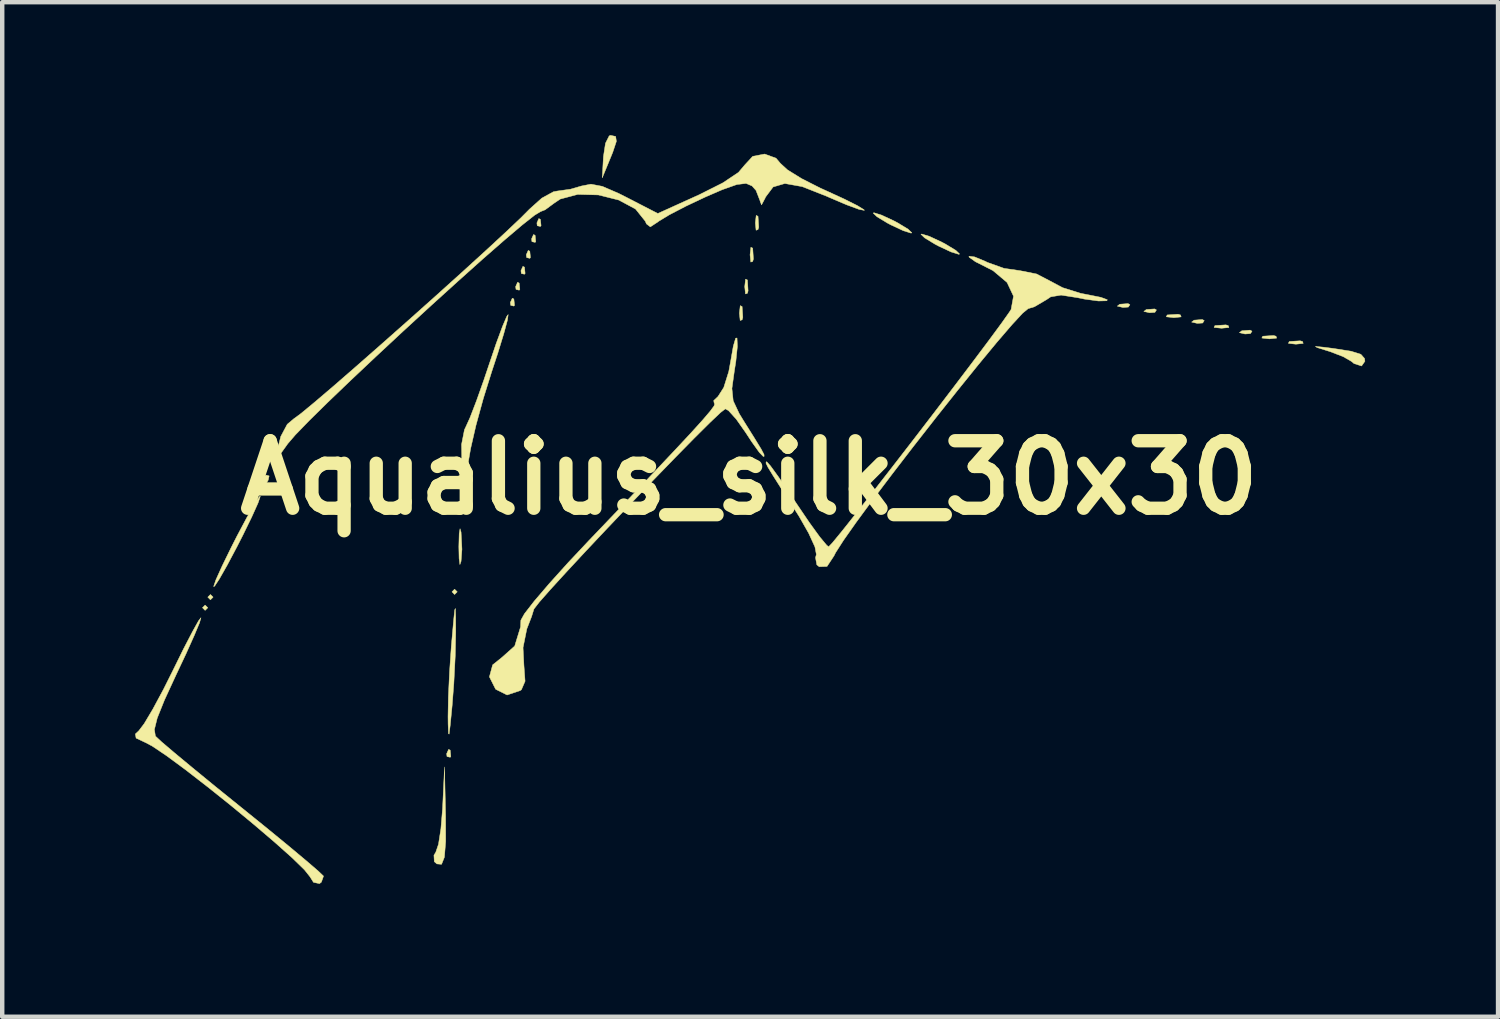
<source format=kicad_pcb>
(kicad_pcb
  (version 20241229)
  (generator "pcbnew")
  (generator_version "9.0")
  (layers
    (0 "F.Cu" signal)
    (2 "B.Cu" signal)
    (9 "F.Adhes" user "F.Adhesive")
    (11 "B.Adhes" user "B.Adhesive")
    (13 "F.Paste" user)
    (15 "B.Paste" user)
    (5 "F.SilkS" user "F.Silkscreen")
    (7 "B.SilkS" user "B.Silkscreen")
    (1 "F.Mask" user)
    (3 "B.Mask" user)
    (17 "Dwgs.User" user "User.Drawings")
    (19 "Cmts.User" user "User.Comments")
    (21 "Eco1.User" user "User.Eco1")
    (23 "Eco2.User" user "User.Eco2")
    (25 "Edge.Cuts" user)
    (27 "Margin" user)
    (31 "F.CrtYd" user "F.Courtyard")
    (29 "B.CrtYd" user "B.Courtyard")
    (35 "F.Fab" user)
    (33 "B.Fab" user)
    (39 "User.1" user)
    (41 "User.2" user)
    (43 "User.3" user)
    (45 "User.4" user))
  (footprint "Aqualius_silk_30x30"
    (layer "F.Cu")
    (at 13.861 7.733)
    (property "Reference" "Aqualius_silk_30x30" (at 0 0 0) (layer "F.SilkS") (effects (font (size 1.524 1.524) (thickness 0.3))))
    (attr through_hole)
    (fp_poly (pts (xy -12.221 2.935) (xy -12.281 2.995) (xy -12.341 2.935) (xy -12.281 2.875) (xy -12.221 2.935)) (stroke (width 0.01) (type solid)) (fill yes) (layer "F.SilkS"))
    (fp_poly (pts (xy -12.101 2.696) (xy -12.161 2.756) (xy -12.221 2.696) (xy -12.161 2.636) (xy -12.101 2.696)) (stroke (width 0.01) (type solid)) (fill yes) (layer "F.SilkS"))
    (fp_poly (pts (xy -6.59 2.576) (xy -6.65 2.636) (xy -6.709 2.576) (xy -6.65 2.516) (xy -6.59 2.576)) (stroke (width 0.01) (type solid)) (fill yes) (layer "F.SilkS"))
    (fp_poly (pts (xy -6.749 6.15) (xy -6.735 6.293) (xy -6.749 6.31) (xy -6.821 6.294) (xy -6.829 6.23) (xy -6.785 6.132) (xy -6.749 6.15)) (stroke (width 0.01) (type solid)) (fill yes) (layer "F.SilkS"))
    (fp_poly (pts (xy -5.312 -4.034) (xy -5.297 -3.891) (xy -5.312 -3.874) (xy -5.383 -3.89) (xy -5.392 -3.954) (xy -5.348 -4.052) (xy -5.312 -4.034)) (stroke (width 0.01) (type solid)) (fill yes) (layer "F.SilkS"))
    (fp_poly (pts (xy -5.192 -4.393) (xy -5.177 -4.251) (xy -5.192 -4.233) (xy -5.263 -4.25) (xy -5.272 -4.313) (xy -5.228 -4.412) (xy -5.192 -4.393)) (stroke (width 0.01) (type solid)) (fill yes) (layer "F.SilkS"))
    (fp_poly (pts (xy -5.072 -4.753) (xy -5.058 -4.61) (xy -5.072 -4.593) (xy -5.143 -4.609) (xy -5.152 -4.673) (xy -5.108 -4.771) (xy -5.072 -4.753)) (stroke (width 0.01) (type solid)) (fill yes) (layer "F.SilkS"))
    (fp_poly (pts (xy -4.952 -5.112) (xy -4.938 -4.97) (xy -4.952 -4.952) (xy -5.023 -4.969) (xy -5.032 -5.032) (xy -4.988 -5.131) (xy -4.952 -5.112)) (stroke (width 0.01) (type solid)) (fill yes) (layer "F.SilkS"))
    (fp_poly (pts (xy -4.832 -5.471) (xy -4.818 -5.329) (xy -4.832 -5.312) (xy -4.904 -5.328) (xy -4.912 -5.392) (xy -4.868 -5.49) (xy -4.832 -5.471)) (stroke (width 0.01) (type solid)) (fill yes) (layer "F.SilkS"))
    (fp_poly (pts (xy -4.713 -5.831) (xy -4.698 -5.689) (xy -4.713 -5.671) (xy -4.784 -5.688) (xy -4.792 -5.751) (xy -4.749 -5.85) (xy -4.713 -5.831)) (stroke (width 0.01) (type solid)) (fill yes) (layer "F.SilkS"))
    (fp_poly (pts (xy -0.16 -3.864) (xy -0.144 -3.619) (xy -0.16 -3.564) (xy -0.204 -3.549) (xy -0.221 -3.714) (xy -0.202 -3.884) (xy -0.16 -3.864)) (stroke (width 0.01) (type solid)) (fill yes) (layer "F.SilkS"))
    (fp_poly (pts (xy -0.04 -4.463) (xy -0.025 -4.218) (xy -0.04 -4.163) (xy -0.084 -4.148) (xy -0.101 -4.313) (xy -0.082 -4.483) (xy -0.04 -4.463)) (stroke (width 0.01) (type solid)) (fill yes) (layer "F.SilkS"))
    (fp_poly (pts (xy 0.079 -5.182) (xy 0.095 -4.937) (xy 0.079 -4.882) (xy 0.036 -4.867) (xy 0.019 -5.032) (xy 0.038 -5.202) (xy 0.079 -5.182)) (stroke (width 0.01) (type solid)) (fill yes) (layer "F.SilkS"))
    (fp_poly (pts (xy 0.199 -5.901) (xy 0.215 -5.655) (xy 0.199 -5.601) (xy 0.155 -5.586) (xy 0.139 -5.751) (xy 0.158 -5.921) (xy 0.199 -5.901)) (stroke (width 0.01) (type solid)) (fill yes) (layer "F.SilkS"))
    (fp_poly (pts (xy 8.594 -3.906) (xy 8.558 -3.852) (xy 8.437 -3.843) (xy 8.309 -3.873) (xy 8.364 -3.916) (xy 8.552 -3.93) (xy 8.594 -3.906)) (stroke (width 0.01) (type solid)) (fill yes) (layer "F.SilkS"))
    (fp_poly (pts (xy 9.193 -3.787) (xy 9.157 -3.732) (xy 9.036 -3.724) (xy 8.908 -3.753) (xy 8.963 -3.796) (xy 9.151 -3.81) (xy 9.193 -3.787)) (stroke (width 0.01) (type solid)) (fill yes) (layer "F.SilkS"))
    (fp_poly (pts (xy 9.735 -3.674) (xy 9.75 -3.63) (xy 9.585 -3.613) (xy 9.415 -3.632) (xy 9.435 -3.674) (xy 9.68 -3.69) (xy 9.735 -3.674)) (stroke (width 0.01) (type solid)) (fill yes) (layer "F.SilkS"))
    (fp_poly (pts (xy 10.271 -3.547) (xy 10.236 -3.492) (xy 10.114 -3.484) (xy 9.986 -3.513) (xy 10.042 -3.556) (xy 10.229 -3.571) (xy 10.271 -3.547)) (stroke (width 0.01) (type solid)) (fill yes) (layer "F.SilkS"))
    (fp_poly (pts (xy 10.813 -3.434) (xy 10.828 -3.39) (xy 10.663 -3.374) (xy 10.493 -3.392) (xy 10.513 -3.434) (xy 10.759 -3.45) (xy 10.813 -3.434)) (stroke (width 0.01) (type solid)) (fill yes) (layer "F.SilkS"))
    (fp_poly (pts (xy 11.35 -3.307) (xy 11.314 -3.253) (xy 11.192 -3.244) (xy 11.065 -3.274) (xy 11.12 -3.317) (xy 11.307 -3.331) (xy 11.35 -3.307)) (stroke (width 0.01) (type solid)) (fill yes) (layer "F.SilkS"))
    (fp_poly (pts (xy 11.891 -3.194) (xy 11.906 -3.151) (xy 11.742 -3.134) (xy 11.571 -3.153) (xy 11.592 -3.194) (xy 11.837 -3.21) (xy 11.891 -3.194)) (stroke (width 0.01) (type solid)) (fill yes) (layer "F.SilkS"))
    (fp_poly (pts (xy 12.49 -3.075) (xy 12.505 -3.031) (xy 12.341 -3.014) (xy 12.17 -3.033) (xy 12.191 -3.075) (xy 12.436 -3.09) (xy 12.49 -3.075)) (stroke (width 0.01) (type solid)) (fill yes) (layer "F.SilkS"))
    (fp_poly (pts (xy -10.836 -0.04) (xy -10.857 0.054) (xy -10.954 0.222) (xy -11.016 0.194) (xy -11.023 0.127) (xy -10.936 -0.036) (xy -10.904 -0.059) (xy -10.836 -0.04)) (stroke (width 0.01) (type solid)) (fill yes) (layer "F.SilkS"))
    (fp_poly (pts (xy -6.504 1.228) (xy -6.484 1.615) (xy -6.504 1.887) (xy -6.53 1.961) (xy -6.548 1.825) (xy -6.554 1.558) (xy -6.546 1.262) (xy -6.527 1.151) (xy -6.504 1.228)) (stroke (width 0.01) (type solid)) (fill yes) (layer "F.SilkS"))
    (fp_poly (pts (xy -3.014 -7.703) (xy -2.998 -7.593) (xy -3.081 -7.343) (xy -3.144 -7.189) (xy -3.317 -6.769) (xy -3.29 -7.249) (xy -3.244 -7.549) (xy -3.16 -7.716) (xy -3.129 -7.728) (xy -3.014 -7.703)) (stroke (width 0.01) (type solid)) (fill yes) (layer "F.SilkS"))
    (fp_poly (pts (xy 2.99 -5.927) (xy 3.274 -5.794) (xy 3.355 -5.751) (xy 3.587 -5.61) (xy 3.671 -5.529) (xy 3.654 -5.521) (xy 3.48 -5.575) (xy 3.196 -5.708) (xy 3.115 -5.751) (xy 2.883 -5.892) (xy 2.799 -5.973) (xy 2.816 -5.981) (xy 2.99 -5.927)) (stroke (width 0.01) (type solid)) (fill yes) (layer "F.SilkS"))
    (fp_poly (pts (xy 4.068 -5.448) (xy 4.352 -5.315) (xy 4.433 -5.272) (xy 4.665 -5.131) (xy 4.749 -5.05) (xy 4.733 -5.042) (xy 4.558 -5.096) (xy 4.274 -5.229) (xy 4.193 -5.272) (xy 3.961 -5.413) (xy 3.877 -5.494) (xy 3.894 -5.501) (xy 4.068 -5.448)) (stroke (width 0.01) (type solid)) (fill yes) (layer "F.SilkS"))
    (fp_poly (pts (xy -6.853 7.638) (xy -6.851 8.209) (xy -6.88 8.565) (xy -6.944 8.726) (xy -7.049 8.717) (xy -7.108 8.667) (xy -7.116 8.521) (xy -7.074 8.452) (xy -7.013 8.272) (xy -6.959 7.924) (xy -6.922 7.479) (xy -6.919 7.423) (xy -6.877 6.53) (xy -6.853 7.638)) (stroke (width 0.01) (type solid)) (fill yes) (layer "F.SilkS"))
    (fp_poly (pts (xy 12.956 -2.947) (xy 13.179 -2.919) (xy 13.586 -2.855) (xy 13.806 -2.786) (xy 13.89 -2.691) (xy 13.898 -2.629) (xy 13.823 -2.522) (xy 13.652 -2.577) (xy 13.593 -2.626) (xy 13.408 -2.733) (xy 13.105 -2.849) (xy 13.059 -2.863) (xy 12.819 -2.938) (xy 12.78 -2.964) (xy 12.956 -2.947)) (stroke (width 0.01) (type solid)) (fill yes) (layer "F.SilkS"))
    (fp_poly (pts (xy -11.087 0.572) (xy -11.227 0.883) (xy -11.43 1.299) (xy -11.562 1.558) (xy -11.785 1.978) (xy -11.962 2.289) (xy -12.068 2.449) (xy -12.089 2.456) (xy -12.037 2.304) (xy -11.897 1.993) (xy -11.693 1.576) (xy -11.562 1.318) (xy -11.338 0.897) (xy -11.162 0.587) (xy -11.055 0.426) (xy -11.035 0.419) (xy -11.087 0.572)) (stroke (width 0.01) (type solid)) (fill yes) (layer "F.SilkS"))
    (fp_poly (pts (xy -6.626 3.125) (xy -6.624 3.475) (xy -6.635 4.017) (xy -6.667 4.647) (xy -6.706 5.152) (xy -6.748 5.583) (xy -6.774 5.787) (xy -6.788 5.775) (xy -6.796 5.561) (xy -6.798 5.392) (xy -6.79 4.945) (xy -6.763 4.374) (xy -6.723 3.792) (xy -6.716 3.714) (xy -6.673 3.235) (xy -6.647 2.984) (xy -6.632 2.951) (xy -6.626 3.125)) (stroke (width 0.01) (type solid)) (fill yes) (layer "F.SilkS"))
    (fp_poly (pts (xy -5.457 -3.557) (xy -5.539 -3.254) (xy -5.672 -2.82) (xy -5.813 -2.391) (xy -6.001 -1.79) (xy -6.167 -1.185) (xy -6.287 -0.662) (xy -6.329 -0.423) (xy -6.426 0.3) (xy -6.485 -0.3) (xy -6.493 -0.75) (xy -6.427 -1.084) (xy -6.401 -1.138) (xy -6.304 -1.351) (xy -6.158 -1.73) (xy -5.986 -2.215) (xy -5.872 -2.554) (xy -5.709 -3.035) (xy -5.57 -3.411) (xy -5.474 -3.638) (xy -5.44 -3.683) (xy -5.457 -3.557)) (stroke (width 0.01) (type solid)) (fill yes) (layer "F.SilkS"))
    (fp_poly (pts (xy -12.408 3.277) (xy -12.528 3.564) (xy -12.714 3.978) (xy -12.932 4.44) (xy -13.2 5.021) (xy -13.362 5.425) (xy -13.426 5.683) (xy -13.404 5.827) (xy -13.395 5.84) (xy -13.264 5.962) (xy -12.976 6.207) (xy -12.564 6.549) (xy -12.059 6.963) (xy -11.492 7.421) (xy -11.454 7.452) (xy -10.892 7.906) (xy -10.397 8.312) (xy -9.999 8.645) (xy -9.727 8.879) (xy -9.61 8.991) (xy -9.609 8.994) (xy -9.657 9.129) (xy -9.699 9.162) (xy -9.835 9.133) (xy -9.915 9.006) (xy -10.039 8.85) (xy -10.317 8.579) (xy -10.713 8.226) (xy -11.189 7.82) (xy -11.708 7.391) (xy -12.234 6.971) (xy -12.728 6.588) (xy -13.154 6.274) (xy -13.474 6.059) (xy -13.619 5.982) (xy -13.839 5.878) (xy -13.856 5.785) (xy -13.778 5.712) (xy -13.656 5.551) (xy -13.461 5.223) (xy -13.222 4.779) (xy -13.006 4.347) (xy -12.769 3.865) (xy -12.569 3.48) (xy -12.431 3.232) (xy -12.375 3.16) (xy -12.408 3.277)) (stroke (width 0.01) (type solid)) (fill yes) (layer "F.SilkS"))
    (fp_poly (pts (xy -0.267 -2.962) (xy -0.301 -2.627) (xy -0.336 -2.403) (xy -0.39 -2.014) (xy -0.361 -1.736) (xy -0.226 -1.448) (xy -0.127 -1.286) (xy 0.124 -0.885) (xy 0.271 -0.645) (xy 0.334 -0.525) (xy 0.337 -0.483) (xy 0.318 -0.479) (xy 0.228 -0.572) (xy 0.058 -0.809) (xy -0.079 -1.018) (xy -0.291 -1.32) (xy -0.467 -1.515) (xy -0.539 -1.555) (xy -0.646 -1.472) (xy -0.89 -1.241) (xy -1.242 -0.891) (xy -1.676 -0.449) (xy -2.164 0.054) (xy -2.681 0.593) (xy -3.199 1.137) (xy -3.691 1.659) (xy -4.129 2.131) (xy -4.488 2.524) (xy -4.74 2.81) (xy -4.857 2.961) (xy -4.862 2.973) (xy -4.911 3.132) (xy -5.015 3.401) (xy -5.019 3.409) (xy -5.105 3.835) (xy -5.085 4.233) (xy -5.059 4.594) (xy -5.142 4.786) (xy -5.169 4.805) (xy -5.465 4.904) (xy -5.719 4.777) (xy -5.727 4.768) (xy -5.864 4.495) (xy -5.791 4.224) (xy -5.581 4.056) (xy -5.293 3.799) (xy -5.161 3.368) (xy -5.154 3.217) (xy -5.073 3.071) (xy -4.851 2.785) (xy -4.514 2.391) (xy -4.088 1.918) (xy -3.62 1.42) (xy -2.829 0.593) (xy -2.191 -0.078) (xy -1.691 -0.607) (xy -1.315 -1.01) (xy -1.05 -1.303) (xy -0.881 -1.501) (xy -0.794 -1.619) (xy -0.776 -1.673) (xy -0.79 -1.681) (xy -0.801 -1.741) (xy -0.704 -1.833) (xy -0.574 -2.037) (xy -0.461 -2.397) (xy -0.417 -2.638) (xy -0.359 -2.968) (xy -0.306 -3.149) (xy -0.275 -3.154) (xy -0.267 -2.962)) (stroke (width 0.01) (type solid)) (fill yes) (layer "F.SilkS"))
    (fp_poly (pts (xy 5.088 -4.984) (xy 5.336 -4.881) (xy 5.374 -4.861) (xy 5.752 -4.726) (xy 6.115 -4.673) (xy 6.487 -4.599) (xy 6.779 -4.447) (xy 7.074 -4.29) (xy 7.477 -4.163) (xy 7.637 -4.132) (xy 7.937 -4.072) (xy 8.083 -4.018) (xy 8.074 -3.994) (xy 7.883 -3.989) (xy 7.561 -4.033) (xy 7.417 -4.063) (xy 7.04 -4.122) (xy 6.806 -4.083) (xy 6.712 -4.02) (xy 6.438 -3.859) (xy 6.296 -3.816) (xy 6.172 -3.714) (xy 5.928 -3.45) (xy 5.586 -3.052) (xy 5.171 -2.55) (xy 4.705 -1.973) (xy 4.211 -1.351) (xy 3.712 -0.713) (xy 3.231 -0.088) (xy 2.791 0.494) (xy 2.416 1.005) (xy 2.128 1.414) (xy 1.95 1.692) (xy 1.912 1.767) (xy 1.756 2.003) (xy 1.58 2.009) (xy 1.526 1.965) (xy 1.497 1.805) (xy 1.516 1.732) (xy 1.484 1.562) (xy 1.343 1.254) (xy 1.122 0.866) (xy 1.052 0.756) (xy 0.74 0.27) (xy 0.537 -0.05) (xy 0.423 -0.237) (xy 0.379 -0.328) (xy 0.383 -0.357) (xy 0.397 -0.359) (xy 0.481 -0.266) (xy 0.663 -0.015) (xy 0.913 0.35) (xy 1.078 0.599) (xy 1.357 1.011) (xy 1.592 1.335) (xy 1.75 1.525) (xy 1.794 1.558) (xy 1.88 1.467) (xy 2.088 1.214) (xy 2.394 0.829) (xy 2.777 0.341) (xy 3.214 -0.221) (xy 3.682 -0.826) (xy 4.158 -1.446) (xy 4.62 -2.052) (xy 5.045 -2.613) (xy 5.411 -3.101) (xy 5.694 -3.485) (xy 5.872 -3.737) (xy 5.912 -3.799) (xy 5.966 -4.098) (xy 5.82 -4.408) (xy 5.504 -4.674) (xy 5.381 -4.737) (xy 5.106 -4.876) (xy 4.965 -4.977) (xy 4.96 -5) (xy 5.088 -4.984)) (stroke (width 0.01) (type solid)) (fill yes) (layer "F.SilkS"))
    (fp_poly (pts (xy 0.606 -7.212) (xy 0.705 -7.095) (xy 0.864 -6.949) (xy 1.184 -6.751) (xy 1.604 -6.538) (xy 1.732 -6.48) (xy 2.142 -6.292) (xy 2.445 -6.14) (xy 2.593 -6.048) (xy 2.599 -6.034) (xy 2.477 -6.058) (xy 2.195 -6.162) (xy 1.81 -6.326) (xy 1.747 -6.354) (xy 1.197 -6.571) (xy 0.805 -6.641) (xy 0.54 -6.563) (xy 0.37 -6.336) (xy 0.359 -6.31) (xy 0.279 -6.159) (xy 0.248 -6.235) (xy 0.247 -6.245) (xy 0.154 -6.485) (xy 0.064 -6.586) (xy -0.07 -6.643) (xy -0.279 -6.618) (xy -0.612 -6.5) (xy -0.984 -6.339) (xy -1.427 -6.13) (xy -1.802 -5.935) (xy -2.041 -5.79) (xy -2.064 -5.772) (xy -2.232 -5.662) (xy -2.32 -5.73) (xy -2.345 -5.789) (xy -2.566 -6.065) (xy -2.945 -6.268) (xy -3.405 -6.383) (xy -3.87 -6.395) (xy -4.265 -6.29) (xy -4.406 -6.195) (xy -4.607 -6.047) (xy -4.709 -6.007) (xy -4.842 -5.927) (xy -5.122 -5.706) (xy -5.522 -5.367) (xy -6.017 -4.934) (xy -6.58 -4.43) (xy -7.186 -3.881) (xy -7.808 -3.31) (xy -8.419 -2.741) (xy -8.995 -2.198) (xy -9.509 -1.705) (xy -9.935 -1.286) (xy -10.246 -0.965) (xy -10.417 -0.766) (xy -10.421 -0.76) (xy -10.611 -0.495) (xy -10.719 -0.376) (xy -10.724 -0.419) (xy -10.621 -0.742) (xy -10.573 -0.932) (xy -10.427 -1.206) (xy -10.276 -1.333) (xy -10.118 -1.449) (xy -9.812 -1.702) (xy -9.387 -2.064) (xy -8.872 -2.512) (xy -8.295 -3.019) (xy -7.685 -3.559) (xy -7.071 -4.107) (xy -6.483 -4.637) (xy -5.948 -5.124) (xy -5.496 -5.542) (xy -5.155 -5.865) (xy -4.959 -6.062) (xy -4.682 -6.31) (xy -4.42 -6.454) (xy -4.338 -6.47) (xy -4.031 -6.513) (xy -3.788 -6.584) (xy -3.573 -6.626) (xy -3.316 -6.577) (xy -2.95 -6.419) (xy -2.775 -6.331) (xy -2.063 -5.964) (xy -1.127 -6.388) (xy -0.596 -6.655) (xy -0.243 -6.891) (xy -0.099 -7.061) (xy 0.079 -7.254) (xy 0.349 -7.306) (xy 0.606 -7.212)) (stroke (width 0.01) (type solid)) (fill yes) (layer "F.SilkS")))
  (gr_rect
    (start -3 -3)
    (end 30.764 19.9)
    (stroke (width 0.1) (type default))
    (fill no)
    (layer "Edge.Cuts")))
</source>
